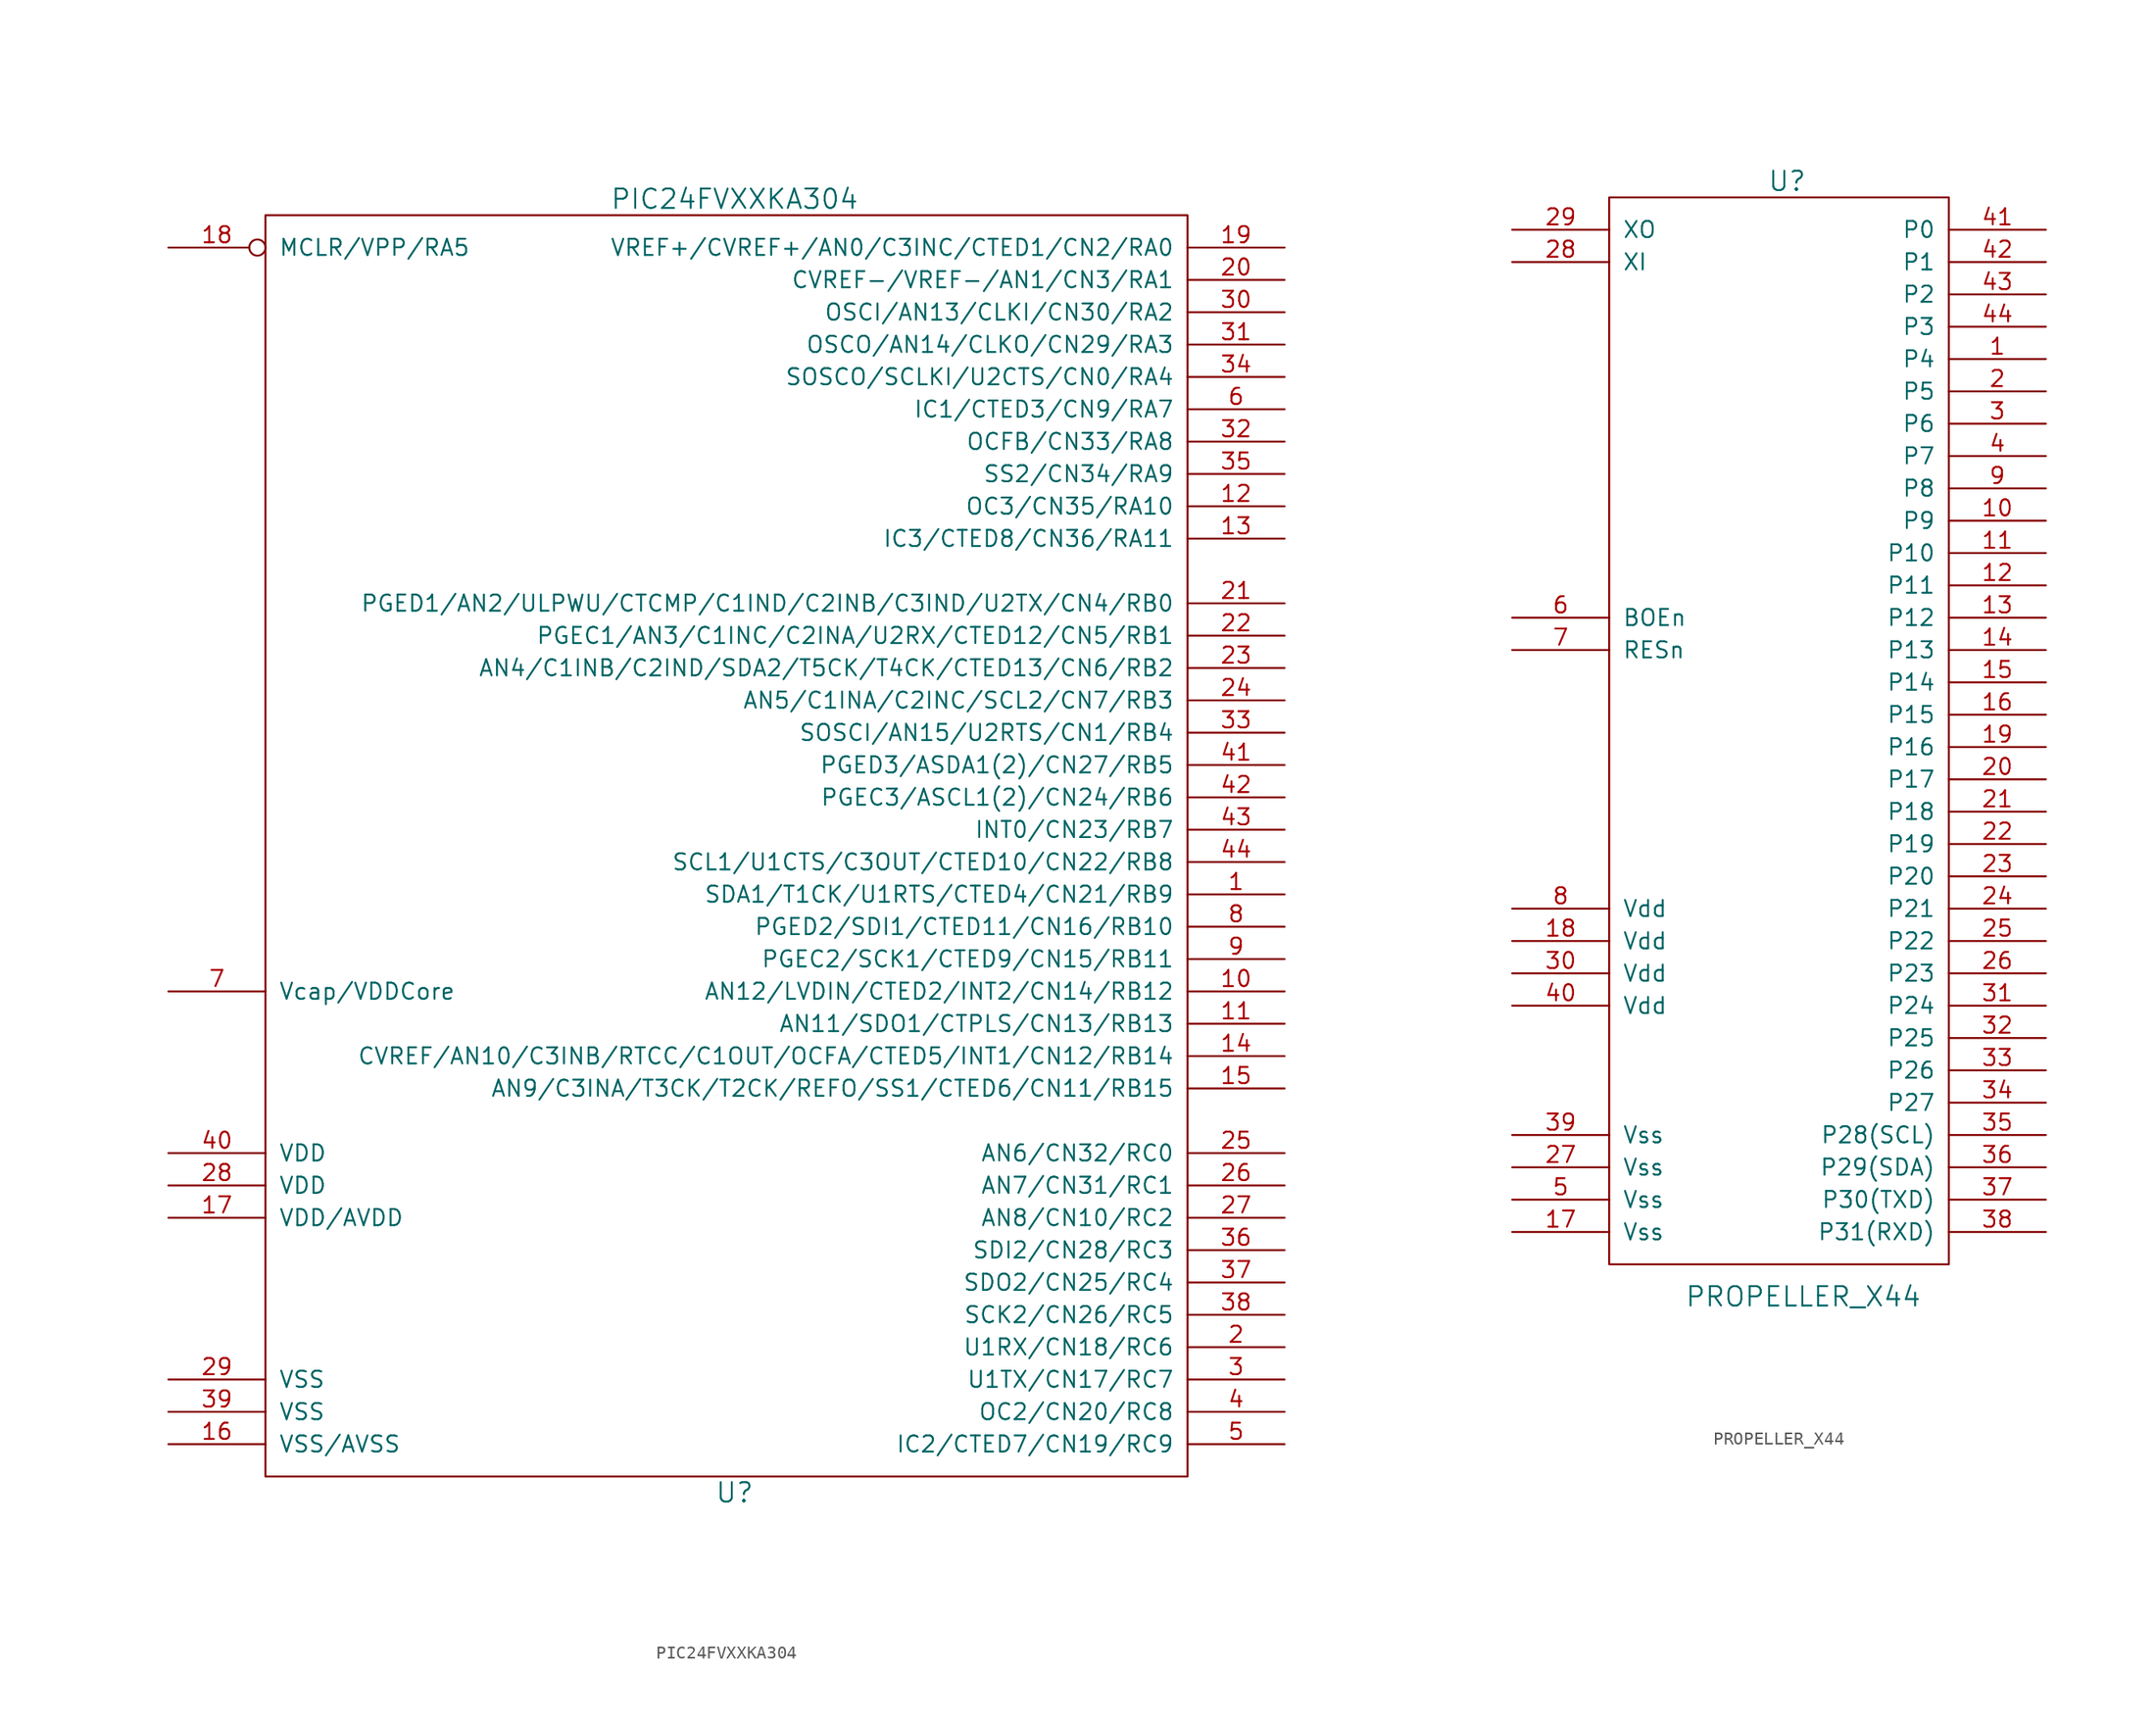
<source format=kicad_sym>
(kicad_symbol_lib
  (version 20211014)
  (generator kicad_symbol_editor)
  (symbol "PIC24FVXXKA304"
    (pin_names
      (offset 1.016))
    (property "Reference" "U"
      (at 0 -49.53 0)
      (effects (font (size 1.524 1.524))))
    (property "Value" "PIC24FVXXKA304"
      (at 0 52.07 0)
      (effects (font (size 1.524 1.524))))
    (property "Footprint" ""
      (at 0 0 0)
      (effects (font (size 1.524 1.524))))
    (property "Datasheet" ""
      (at 0 0 0)
      (effects (font (size 1.524 1.524))))
    (symbol "PIC24FVXXKA304_0_1"
      (rectangle (start 35.56 50.8) (end -36.83 -48.26) (stroke (width 0) (type default) (color 0 0 0 0)) (fill (type none))))
    (symbol "PIC24FVXXKA304_1_1"
      (pin bidirectional line (at 43.18 -2.54 180) (length 7.62) (name "SDA1/T1CK/U1RTS/CTED4/CN21/RB9" (effects (font (size 1.27 1.27)))) (number "1" (effects (font (size 1.27 1.27)))))
      (pin bidirectional line (at 43.18 -10.16 180) (length 7.62) (name "AN12/LVDIN/CTED2/INT2/CN14/RB12" (effects (font (size 1.27 1.27)))) (number "10" (effects (font (size 1.27 1.27)))))
      (pin bidirectional line (at 43.18 -12.7 180) (length 7.62) (name "AN11/SDO1/CTPLS/CN13/RB13" (effects (font (size 1.27 1.27)))) (number "11" (effects (font (size 1.27 1.27)))))
      (pin bidirectional line (at 43.18 27.94 180) (length 7.62) (name "OC3/CN35/RA10" (effects (font (size 1.27 1.27)))) (number "12" (effects (font (size 1.27 1.27)))))
      (pin bidirectional line (at 43.18 25.4 180) (length 7.62) (name "IC3/CTED8/CN36/RA11" (effects (font (size 1.27 1.27)))) (number "13" (effects (font (size 1.27 1.27)))))
      (pin bidirectional line (at 43.18 -15.24 180) (length 7.62) (name "CVREF/AN10/C3INB/RTCC/C1OUT/OCFA/CTED5/INT1/CN12/RB14" (effects (font (size 1.27 1.27)))) (number "14" (effects (font (size 1.27 1.27)))))
      (pin bidirectional line (at 43.18 -17.78 180) (length 7.62) (name "AN9/C3INA/T3CK/T2CK/REFO/SS1/CTED6/CN11/RB15" (effects (font (size 1.27 1.27)))) (number "15" (effects (font (size 1.27 1.27)))))
      (pin power_in line (at -44.45 -45.72 0) (length 7.62) (name "VSS/AVSS" (effects (font (size 1.27 1.27)))) (number "16" (effects (font (size 1.27 1.27)))))
      (pin power_in line (at -44.45 -27.94 0) (length 7.62) (name "VDD/AVDD" (effects (font (size 1.27 1.27)))) (number "17" (effects (font (size 1.27 1.27)))))
      (pin input inverted (at -44.45 48.26 0) (length 7.62) (name "MCLR/VPP/RA5" (effects (font (size 1.27 1.27)))) (number "18" (effects (font (size 1.27 1.27)))))
      (pin bidirectional line (at 43.18 48.26 180) (length 7.62) (name "VREF+/CVREF+/AN0/C3INC/CTED1/CN2/RA0" (effects (font (size 1.27 1.27)))) (number "19" (effects (font (size 1.27 1.27)))))
      (pin bidirectional line (at 43.18 -38.1 180) (length 7.62) (name "U1RX/CN18/RC6" (effects (font (size 1.27 1.27)))) (number "2" (effects (font (size 1.27 1.27)))))
      (pin bidirectional line (at 43.18 45.72 180) (length 7.62) (name "CVREF-/VREF-/AN1/CN3/RA1" (effects (font (size 1.27 1.27)))) (number "20" (effects (font (size 1.27 1.27)))))
      (pin bidirectional line (at 43.18 20.32 180) (length 7.62) (name "PGED1/AN2/ULPWU/CTCMP/C1IND/C2INB/C3IND/U2TX/CN4/RB0" (effects (font (size 1.27 1.27)))) (number "21" (effects (font (size 1.27 1.27)))))
      (pin bidirectional line (at 43.18 17.78 180) (length 7.62) (name "PGEC1/AN3/C1INC/C2INA/U2RX/CTED12/CN5/RB1" (effects (font (size 1.27 1.27)))) (number "22" (effects (font (size 1.27 1.27)))))
      (pin bidirectional line (at 43.18 15.24 180) (length 7.62) (name "AN4/C1INB/C2IND/SDA2/T5CK/T4CK/CTED13/CN6/RB2" (effects (font (size 1.27 1.27)))) (number "23" (effects (font (size 1.27 1.27)))))
      (pin bidirectional line (at 43.18 12.7 180) (length 7.62) (name "AN5/C1INA/C2INC/SCL2/CN7/RB3" (effects (font (size 1.27 1.27)))) (number "24" (effects (font (size 1.27 1.27)))))
      (pin bidirectional line (at 43.18 -22.86 180) (length 7.62) (name "AN6/CN32/RC0" (effects (font (size 1.27 1.27)))) (number "25" (effects (font (size 1.27 1.27)))))
      (pin bidirectional line (at 43.18 -25.4 180) (length 7.62) (name "AN7/CN31/RC1" (effects (font (size 1.27 1.27)))) (number "26" (effects (font (size 1.27 1.27)))))
      (pin bidirectional line (at 43.18 -27.94 180) (length 7.62) (name "AN8/CN10/RC2" (effects (font (size 1.27 1.27)))) (number "27" (effects (font (size 1.27 1.27)))))
      (pin power_in line (at -44.45 -25.4 0) (length 7.62) (name "VDD" (effects (font (size 1.27 1.27)))) (number "28" (effects (font (size 1.27 1.27)))))
      (pin power_in line (at -44.45 -40.64 0) (length 7.62) (name "VSS" (effects (font (size 1.27 1.27)))) (number "29" (effects (font (size 1.27 1.27)))))
      (pin bidirectional line (at 43.18 -40.64 180) (length 7.62) (name "U1TX/CN17/RC7" (effects (font (size 1.27 1.27)))) (number "3" (effects (font (size 1.27 1.27)))))
      (pin bidirectional line (at 43.18 43.18 180) (length 7.62) (name "OSCI/AN13/CLKI/CN30/RA2" (effects (font (size 1.27 1.27)))) (number "30" (effects (font (size 1.27 1.27)))))
      (pin bidirectional line (at 43.18 40.64 180) (length 7.62) (name "OSCO/AN14/CLKO/CN29/RA3" (effects (font (size 1.27 1.27)))) (number "31" (effects (font (size 1.27 1.27)))))
      (pin bidirectional line (at 43.18 33.02 180) (length 7.62) (name "OCFB/CN33/RA8" (effects (font (size 1.27 1.27)))) (number "32" (effects (font (size 1.27 1.27)))))
      (pin bidirectional line (at 43.18 10.16 180) (length 7.62) (name "SOSCI/AN15/U2RTS/CN1/RB4" (effects (font (size 1.27 1.27)))) (number "33" (effects (font (size 1.27 1.27)))))
      (pin bidirectional line (at 43.18 38.1 180) (length 7.62) (name "SOSCO/SCLKI/U2CTS/CN0/RA4" (effects (font (size 1.27 1.27)))) (number "34" (effects (font (size 1.27 1.27)))))
      (pin bidirectional line (at 43.18 30.48 180) (length 7.62) (name "SS2/CN34/RA9" (effects (font (size 1.27 1.27)))) (number "35" (effects (font (size 1.27 1.27)))))
      (pin bidirectional line (at 43.18 -30.48 180) (length 7.62) (name "SDI2/CN28/RC3" (effects (font (size 1.27 1.27)))) (number "36" (effects (font (size 1.27 1.27)))))
      (pin bidirectional line (at 43.18 -33.02 180) (length 7.62) (name "SDO2/CN25/RC4" (effects (font (size 1.27 1.27)))) (number "37" (effects (font (size 1.27 1.27)))))
      (pin bidirectional line (at 43.18 -35.56 180) (length 7.62) (name "SCK2/CN26/RC5" (effects (font (size 1.27 1.27)))) (number "38" (effects (font (size 1.27 1.27)))))
      (pin power_in line (at -44.45 -43.18 0) (length 7.62) (name "VSS" (effects (font (size 1.27 1.27)))) (number "39" (effects (font (size 1.27 1.27)))))
      (pin bidirectional line (at 43.18 -43.18 180) (length 7.62) (name "OC2/CN20/RC8" (effects (font (size 1.27 1.27)))) (number "4" (effects (font (size 1.27 1.27)))))
      (pin power_in line (at -44.45 -22.86 0) (length 7.62) (name "VDD" (effects (font (size 1.27 1.27)))) (number "40" (effects (font (size 1.27 1.27)))))
      (pin bidirectional line (at 43.18 7.62 180) (length 7.62) (name "PGED3/ASDA1(2)/CN27/RB5" (effects (font (size 1.27 1.27)))) (number "41" (effects (font (size 1.27 1.27)))))
      (pin bidirectional line (at 43.18 5.08 180) (length 7.62) (name "PGEC3/ASCL1(2)/CN24/RB6" (effects (font (size 1.27 1.27)))) (number "42" (effects (font (size 1.27 1.27)))))
      (pin bidirectional line (at 43.18 2.54 180) (length 7.62) (name "INT0/CN23/RB7" (effects (font (size 1.27 1.27)))) (number "43" (effects (font (size 1.27 1.27)))))
      (pin bidirectional line (at 43.18 0 180) (length 7.62) (name "SCL1/U1CTS/C3OUT/CTED10/CN22/RB8" (effects (font (size 1.27 1.27)))) (number "44" (effects (font (size 1.27 1.27)))))
      (pin bidirectional line (at 43.18 -45.72 180) (length 7.62) (name "IC2/CTED7/CN19/RC9" (effects (font (size 1.27 1.27)))) (number "5" (effects (font (size 1.27 1.27)))))
      (pin bidirectional line (at 43.18 35.56 180) (length 7.62) (name "IC1/CTED3/CN9/RA7" (effects (font (size 1.27 1.27)))) (number "6" (effects (font (size 1.27 1.27)))))
      (pin output line (at -44.45 -10.16 0) (length 7.62) (name "Vcap/VDDCore" (effects (font (size 1.27 1.27)))) (number "7" (effects (font (size 1.27 1.27)))))
      (pin bidirectional line (at 43.18 -5.08 180) (length 7.62) (name "PGED2/SDI1/CTED11/CN16/RB10" (effects (font (size 1.27 1.27)))) (number "8" (effects (font (size 1.27 1.27)))))
      (pin bidirectional line (at 43.18 -7.62 180) (length 7.62) (name "PGEC2/SCK1/CTED9/CN15/RB11" (effects (font (size 1.27 1.27)))) (number "9" (effects (font (size 1.27 1.27)))))))
  (symbol "PROPELLER_X44"
    (pin_names
      (offset 1.016))
    (property "Reference" "U"
      (at 0 43.18 0)
      (effects (font (size 1.524 1.524))))
    (property "Value" "PROPELLER_X44"
      (at 1.27 -44.45 0)
      (effects (font (size 1.524 1.524))))
    (property "Footprint" ""
      (at 0 0 0)
      (effects (font (size 1.524 1.524))))
    (property "Datasheet" ""
      (at 0 0 0)
      (effects (font (size 1.524 1.524))))
    (symbol "PROPELLER_X44_0_1"
      (rectangle (start -13.97 41.91) (end 12.7 -41.91) (stroke (width 0) (type default) (color 0 0 0 0)) (fill (type none))))
    (symbol "PROPELLER_X44_1_1"
      (pin bidirectional line (at 20.32 29.21 180) (length 7.62) (name "P4" (effects (font (size 1.27 1.27)))) (number "1" (effects (font (size 1.27 1.27)))))
      (pin bidirectional line (at 20.32 16.51 180) (length 7.62) (name "P9" (effects (font (size 1.27 1.27)))) (number "10" (effects (font (size 1.27 1.27)))))
      (pin bidirectional line (at 20.32 13.97 180) (length 7.62) (name "P10" (effects (font (size 1.27 1.27)))) (number "11" (effects (font (size 1.27 1.27)))))
      (pin bidirectional line (at 20.32 11.43 180) (length 7.62) (name "P11" (effects (font (size 1.27 1.27)))) (number "12" (effects (font (size 1.27 1.27)))))
      (pin bidirectional line (at 20.32 8.89 180) (length 7.62) (name "P12" (effects (font (size 1.27 1.27)))) (number "13" (effects (font (size 1.27 1.27)))))
      (pin bidirectional line (at 20.32 6.35 180) (length 7.62) (name "P13" (effects (font (size 1.27 1.27)))) (number "14" (effects (font (size 1.27 1.27)))))
      (pin bidirectional line (at 20.32 3.81 180) (length 7.62) (name "P14" (effects (font (size 1.27 1.27)))) (number "15" (effects (font (size 1.27 1.27)))))
      (pin bidirectional line (at 20.32 1.27 180) (length 7.62) (name "P15" (effects (font (size 1.27 1.27)))) (number "16" (effects (font (size 1.27 1.27)))))
      (pin bidirectional line (at -21.59 -39.37 0) (length 7.62) (name "Vss" (effects (font (size 1.27 1.27)))) (number "17" (effects (font (size 1.27 1.27)))))
      (pin bidirectional line (at -21.59 -16.51 0) (length 7.62) (name "Vdd" (effects (font (size 1.27 1.27)))) (number "18" (effects (font (size 1.27 1.27)))))
      (pin bidirectional line (at 20.32 -1.27 180) (length 7.62) (name "P16" (effects (font (size 1.27 1.27)))) (number "19" (effects (font (size 1.27 1.27)))))
      (pin bidirectional line (at 20.32 26.67 180) (length 7.62) (name "P5" (effects (font (size 1.27 1.27)))) (number "2" (effects (font (size 1.27 1.27)))))
      (pin bidirectional line (at 20.32 -3.81 180) (length 7.62) (name "P17" (effects (font (size 1.27 1.27)))) (number "20" (effects (font (size 1.27 1.27)))))
      (pin bidirectional line (at 20.32 -6.35 180) (length 7.62) (name "P18" (effects (font (size 1.27 1.27)))) (number "21" (effects (font (size 1.27 1.27)))))
      (pin bidirectional line (at 20.32 -8.89 180) (length 7.62) (name "P19" (effects (font (size 1.27 1.27)))) (number "22" (effects (font (size 1.27 1.27)))))
      (pin bidirectional line (at 20.32 -11.43 180) (length 7.62) (name "P20" (effects (font (size 1.27 1.27)))) (number "23" (effects (font (size 1.27 1.27)))))
      (pin bidirectional line (at 20.32 -13.97 180) (length 7.62) (name "P21" (effects (font (size 1.27 1.27)))) (number "24" (effects (font (size 1.27 1.27)))))
      (pin bidirectional line (at 20.32 -16.51 180) (length 7.62) (name "P22" (effects (font (size 1.27 1.27)))) (number "25" (effects (font (size 1.27 1.27)))))
      (pin bidirectional line (at 20.32 -19.05 180) (length 7.62) (name "P23" (effects (font (size 1.27 1.27)))) (number "26" (effects (font (size 1.27 1.27)))))
      (pin power_in line (at -21.59 -34.29 0) (length 7.62) (name "Vss" (effects (font (size 1.27 1.27)))) (number "27" (effects (font (size 1.27 1.27)))))
      (pin input line (at -21.59 36.83 0) (length 7.62) (name "XI" (effects (font (size 1.27 1.27)))) (number "28" (effects (font (size 1.27 1.27)))))
      (pin output line (at -21.59 39.37 0) (length 7.62) (name "XO" (effects (font (size 1.27 1.27)))) (number "29" (effects (font (size 1.27 1.27)))))
      (pin bidirectional line (at 20.32 24.13 180) (length 7.62) (name "P6" (effects (font (size 1.27 1.27)))) (number "3" (effects (font (size 1.27 1.27)))))
      (pin power_in line (at -21.59 -19.05 0) (length 7.62) (name "Vdd" (effects (font (size 1.27 1.27)))) (number "30" (effects (font (size 1.27 1.27)))))
      (pin bidirectional line (at 20.32 -21.59 180) (length 7.62) (name "P24" (effects (font (size 1.27 1.27)))) (number "31" (effects (font (size 1.27 1.27)))))
      (pin bidirectional line (at 20.32 -24.13 180) (length 7.62) (name "P25" (effects (font (size 1.27 1.27)))) (number "32" (effects (font (size 1.27 1.27)))))
      (pin bidirectional line (at 20.32 -26.67 180) (length 7.62) (name "P26" (effects (font (size 1.27 1.27)))) (number "33" (effects (font (size 1.27 1.27)))))
      (pin bidirectional line (at 20.32 -29.21 180) (length 7.62) (name "P27" (effects (font (size 1.27 1.27)))) (number "34" (effects (font (size 1.27 1.27)))))
      (pin bidirectional line (at 20.32 -31.75 180) (length 7.62) (name "P28(SCL)" (effects (font (size 1.27 1.27)))) (number "35" (effects (font (size 1.27 1.27)))))
      (pin bidirectional line (at 20.32 -34.29 180) (length 7.62) (name "P29(SDA)" (effects (font (size 1.27 1.27)))) (number "36" (effects (font (size 1.27 1.27)))))
      (pin bidirectional line (at 20.32 -36.83 180) (length 7.62) (name "P30(TXD)" (effects (font (size 1.27 1.27)))) (number "37" (effects (font (size 1.27 1.27)))))
      (pin bidirectional line (at 20.32 -39.37 180) (length 7.62) (name "P31(RXD)" (effects (font (size 1.27 1.27)))) (number "38" (effects (font (size 1.27 1.27)))))
      (pin power_in line (at -21.59 -31.75 0) (length 7.62) (name "Vss" (effects (font (size 1.27 1.27)))) (number "39" (effects (font (size 1.27 1.27)))))
      (pin bidirectional line (at 20.32 21.59 180) (length 7.62) (name "P7" (effects (font (size 1.27 1.27)))) (number "4" (effects (font (size 1.27 1.27)))))
      (pin power_in line (at -21.59 -21.59 0) (length 7.62) (name "Vdd" (effects (font (size 1.27 1.27)))) (number "40" (effects (font (size 1.27 1.27)))))
      (pin bidirectional line (at 20.32 39.37 180) (length 7.62) (name "P0" (effects (font (size 1.27 1.27)))) (number "41" (effects (font (size 1.27 1.27)))))
      (pin bidirectional line (at 20.32 36.83 180) (length 7.62) (name "P1" (effects (font (size 1.27 1.27)))) (number "42" (effects (font (size 1.27 1.27)))))
      (pin bidirectional line (at 20.32 34.29 180) (length 7.62) (name "P2" (effects (font (size 1.27 1.27)))) (number "43" (effects (font (size 1.27 1.27)))))
      (pin bidirectional line (at 20.32 31.75 180) (length 7.62) (name "P3" (effects (font (size 1.27 1.27)))) (number "44" (effects (font (size 1.27 1.27)))))
      (pin power_in line (at -21.59 -36.83 0) (length 7.62) (name "Vss" (effects (font (size 1.27 1.27)))) (number "5" (effects (font (size 1.27 1.27)))))
      (pin bidirectional line (at -21.59 8.89 0) (length 7.62) (name "BOEn" (effects (font (size 1.27 1.27)))) (number "6" (effects (font (size 1.27 1.27)))))
      (pin input line (at -21.59 6.35 0) (length 7.62) (name "RESn" (effects (font (size 1.27 1.27)))) (number "7" (effects (font (size 1.27 1.27)))))
      (pin power_in line (at -21.59 -13.97 0) (length 7.62) (name "Vdd" (effects (font (size 1.27 1.27)))) (number "8" (effects (font (size 1.27 1.27)))))
      (pin bidirectional line (at 20.32 19.05 180) (length 7.62) (name "P8" (effects (font (size 1.27 1.27)))) (number "9" (effects (font (size 1.27 1.27))))))))
</source>
